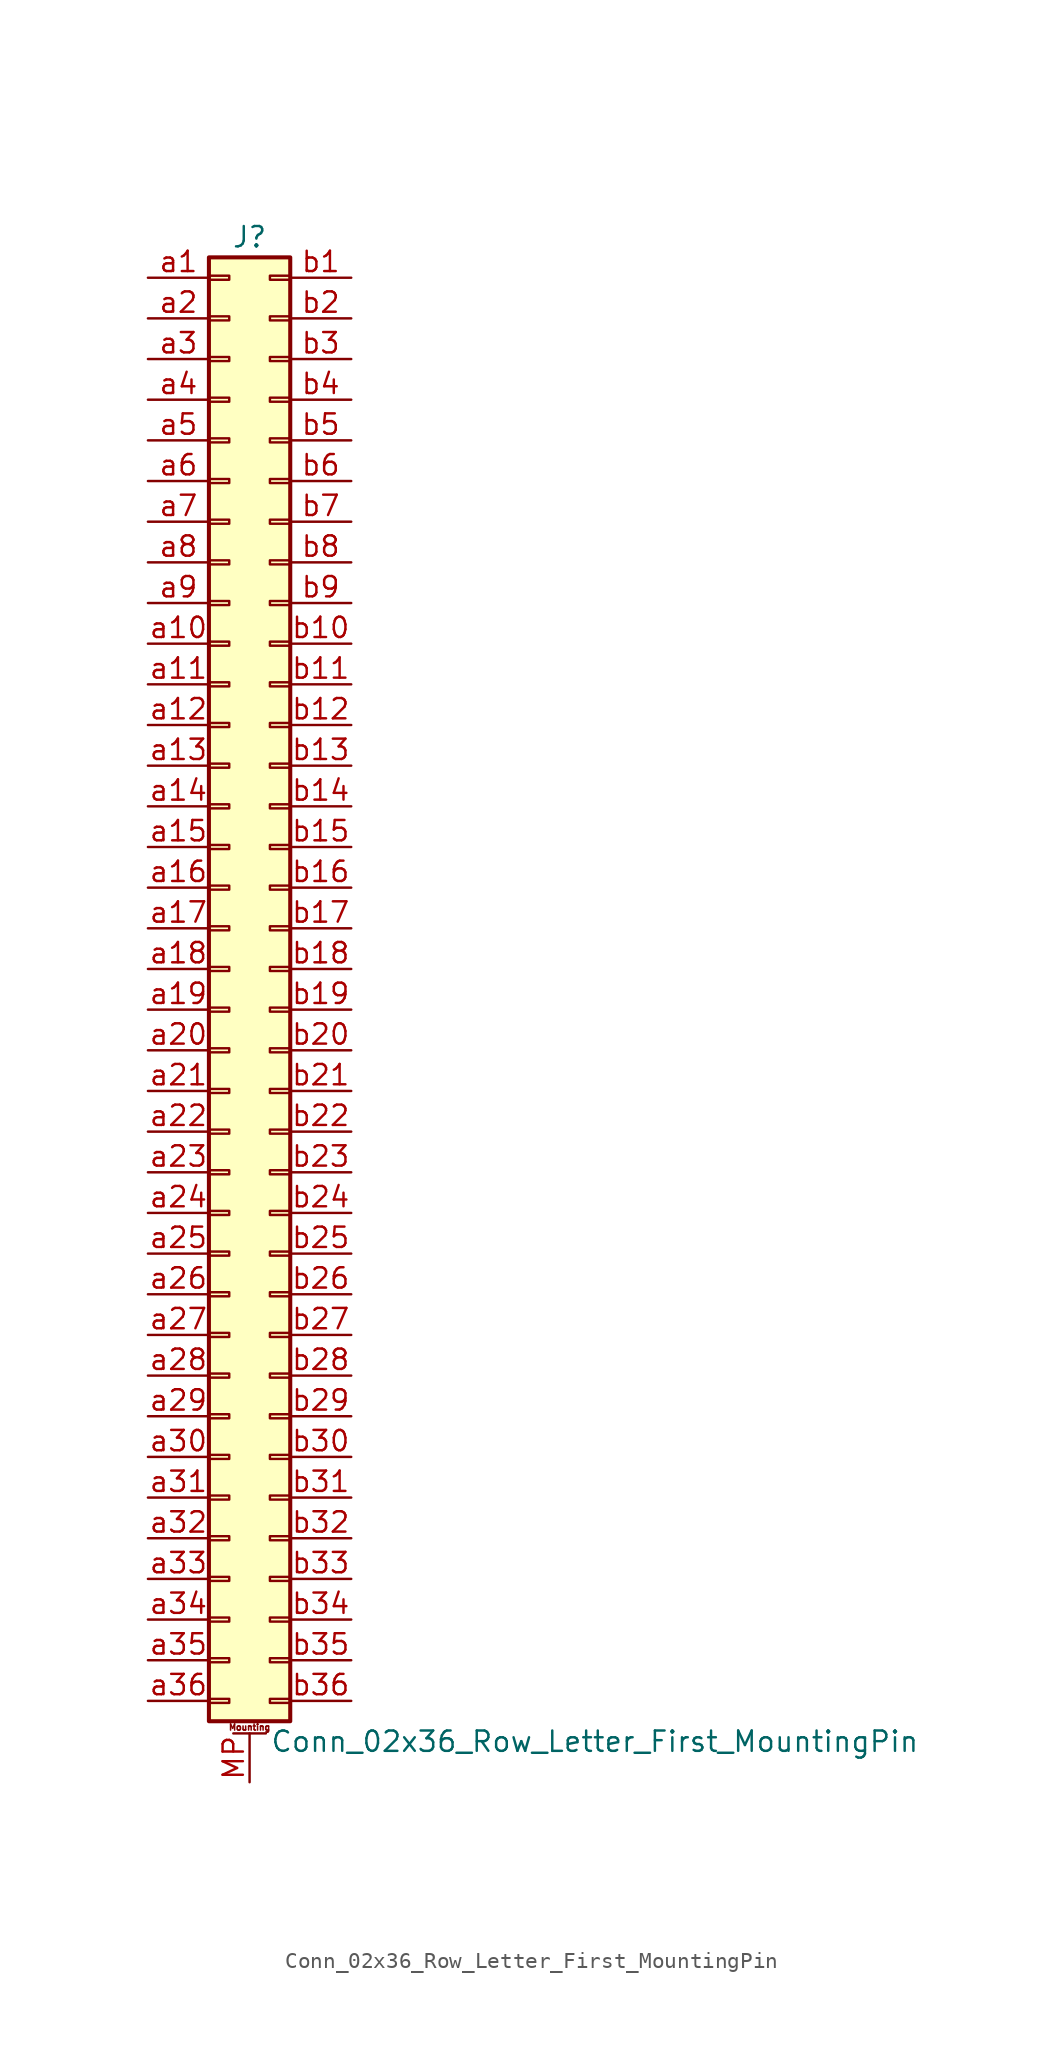
<source format=kicad_sym>
(kicad_symbol_lib
  (version 20211014)
  (generator kicad_symbol_editor)
  (symbol "Conn_02x36_Row_Letter_First_MountingPin"
    (pin_names
      (offset 1.016) hide)
    (property "Reference" "J"
      (at 1.27 45.72 0)
      (effects (font (size 1.27 1.27))))
    (property "Value" "Conn_02x36_Row_Letter_First_MountingPin"
      (at 2.54 -48.26 0)
      (effects (font (size 1.27 1.27)) (justify left)))
    (symbol "Conn_02x36_Row_Letter_First_MountingPin_1_1"
      (rectangle (start -1.27 -45.593) (end 0 -45.847) (stroke (width 0.152) (type default) (color 0 0 0 0)) (fill (type none)))
      (rectangle (start -1.27 -43.053) (end 0 -43.307) (stroke (width 0.152) (type default) (color 0 0 0 0)) (fill (type none)))
      (rectangle (start -1.27 -40.513) (end 0 -40.767) (stroke (width 0.152) (type default) (color 0 0 0 0)) (fill (type none)))
      (rectangle (start -1.27 -37.973) (end 0 -38.227) (stroke (width 0.152) (type default) (color 0 0 0 0)) (fill (type none)))
      (rectangle (start -1.27 -35.433) (end 0 -35.687) (stroke (width 0.152) (type default) (color 0 0 0 0)) (fill (type none)))
      (rectangle (start -1.27 -32.893) (end 0 -33.147) (stroke (width 0.152) (type default) (color 0 0 0 0)) (fill (type none)))
      (rectangle (start -1.27 -30.353) (end 0 -30.607) (stroke (width 0.152) (type default) (color 0 0 0 0)) (fill (type none)))
      (rectangle (start -1.27 -27.813) (end 0 -28.067) (stroke (width 0.152) (type default) (color 0 0 0 0)) (fill (type none)))
      (rectangle (start -1.27 -25.273) (end 0 -25.527) (stroke (width 0.152) (type default) (color 0 0 0 0)) (fill (type none)))
      (rectangle (start -1.27 -22.733) (end 0 -22.987) (stroke (width 0.152) (type default) (color 0 0 0 0)) (fill (type none)))
      (rectangle (start -1.27 -20.193) (end 0 -20.447) (stroke (width 0.152) (type default) (color 0 0 0 0)) (fill (type none)))
      (rectangle (start -1.27 -17.653) (end 0 -17.907) (stroke (width 0.152) (type default) (color 0 0 0 0)) (fill (type none)))
      (rectangle (start -1.27 -15.113) (end 0 -15.367) (stroke (width 0.152) (type default) (color 0 0 0 0)) (fill (type none)))
      (rectangle (start -1.27 -12.573) (end 0 -12.827) (stroke (width 0.152) (type default) (color 0 0 0 0)) (fill (type none)))
      (rectangle (start -1.27 -10.033) (end 0 -10.287) (stroke (width 0.152) (type default) (color 0 0 0 0)) (fill (type none)))
      (rectangle (start -1.27 -7.493) (end 0 -7.747) (stroke (width 0.152) (type default) (color 0 0 0 0)) (fill (type none)))
      (rectangle (start -1.27 -4.953) (end 0 -5.207) (stroke (width 0.152) (type default) (color 0 0 0 0)) (fill (type none)))
      (rectangle (start -1.27 -2.413) (end 0 -2.667) (stroke (width 0.152) (type default) (color 0 0 0 0)) (fill (type none)))
      (rectangle (start -1.27 0.127) (end 0 -0.127) (stroke (width 0.152) (type default) (color 0 0 0 0)) (fill (type none)))
      (rectangle (start -1.27 2.667) (end 0 2.413) (stroke (width 0.152) (type default) (color 0 0 0 0)) (fill (type none)))
      (rectangle (start -1.27 5.207) (end 0 4.953) (stroke (width 0.152) (type default) (color 0 0 0 0)) (fill (type none)))
      (rectangle (start -1.27 7.747) (end 0 7.493) (stroke (width 0.152) (type default) (color 0 0 0 0)) (fill (type none)))
      (rectangle (start -1.27 10.287) (end 0 10.033) (stroke (width 0.152) (type default) (color 0 0 0 0)) (fill (type none)))
      (rectangle (start -1.27 12.827) (end 0 12.573) (stroke (width 0.152) (type default) (color 0 0 0 0)) (fill (type none)))
      (rectangle (start -1.27 15.367) (end 0 15.113) (stroke (width 0.152) (type default) (color 0 0 0 0)) (fill (type none)))
      (rectangle (start -1.27 17.907) (end 0 17.653) (stroke (width 0.152) (type default) (color 0 0 0 0)) (fill (type none)))
      (rectangle (start -1.27 20.447) (end 0 20.193) (stroke (width 0.152) (type default) (color 0 0 0 0)) (fill (type none)))
      (rectangle (start -1.27 22.987) (end 0 22.733) (stroke (width 0.152) (type default) (color 0 0 0 0)) (fill (type none)))
      (rectangle (start -1.27 25.527) (end 0 25.273) (stroke (width 0.152) (type default) (color 0 0 0 0)) (fill (type none)))
      (rectangle (start -1.27 28.067) (end 0 27.813) (stroke (width 0.152) (type default) (color 0 0 0 0)) (fill (type none)))
      (rectangle (start -1.27 30.607) (end 0 30.353) (stroke (width 0.152) (type default) (color 0 0 0 0)) (fill (type none)))
      (rectangle (start -1.27 33.147) (end 0 32.893) (stroke (width 0.152) (type default) (color 0 0 0 0)) (fill (type none)))
      (rectangle (start -1.27 35.687) (end 0 35.433) (stroke (width 0.152) (type default) (color 0 0 0 0)) (fill (type none)))
      (rectangle (start -1.27 38.227) (end 0 37.973) (stroke (width 0.152) (type default) (color 0 0 0 0)) (fill (type none)))
      (rectangle (start -1.27 40.767) (end 0 40.513) (stroke (width 0.152) (type default) (color 0 0 0 0)) (fill (type none)))
      (rectangle (start -1.27 43.307) (end 0 43.053) (stroke (width 0.152) (type default) (color 0 0 0 0)) (fill (type none)))
      (rectangle (start -1.27 44.45) (end 3.81 -46.99) (stroke (width 0.254) (type default) (color 0 0 0 0)) (fill (type background)))
      (polyline (pts (xy 0.254 -47.752) (xy 2.286 -47.752)) (stroke (width 0.152) (type default) (color 0 0 0 0)) (fill (type none)))
      (rectangle (start 3.81 -45.593) (end 2.54 -45.847) (stroke (width 0.152) (type default) (color 0 0 0 0)) (fill (type none)))
      (rectangle (start 3.81 -43.053) (end 2.54 -43.307) (stroke (width 0.152) (type default) (color 0 0 0 0)) (fill (type none)))
      (rectangle (start 3.81 -40.513) (end 2.54 -40.767) (stroke (width 0.152) (type default) (color 0 0 0 0)) (fill (type none)))
      (rectangle (start 3.81 -37.973) (end 2.54 -38.227) (stroke (width 0.152) (type default) (color 0 0 0 0)) (fill (type none)))
      (rectangle (start 3.81 -35.433) (end 2.54 -35.687) (stroke (width 0.152) (type default) (color 0 0 0 0)) (fill (type none)))
      (rectangle (start 3.81 -32.893) (end 2.54 -33.147) (stroke (width 0.152) (type default) (color 0 0 0 0)) (fill (type none)))
      (rectangle (start 3.81 -30.353) (end 2.54 -30.607) (stroke (width 0.152) (type default) (color 0 0 0 0)) (fill (type none)))
      (rectangle (start 3.81 -27.813) (end 2.54 -28.067) (stroke (width 0.152) (type default) (color 0 0 0 0)) (fill (type none)))
      (rectangle (start 3.81 -25.273) (end 2.54 -25.527) (stroke (width 0.152) (type default) (color 0 0 0 0)) (fill (type none)))
      (rectangle (start 3.81 -22.733) (end 2.54 -22.987) (stroke (width 0.152) (type default) (color 0 0 0 0)) (fill (type none)))
      (rectangle (start 3.81 -20.193) (end 2.54 -20.447) (stroke (width 0.152) (type default) (color 0 0 0 0)) (fill (type none)))
      (rectangle (start 3.81 -17.653) (end 2.54 -17.907) (stroke (width 0.152) (type default) (color 0 0 0 0)) (fill (type none)))
      (rectangle (start 3.81 -15.113) (end 2.54 -15.367) (stroke (width 0.152) (type default) (color 0 0 0 0)) (fill (type none)))
      (rectangle (start 3.81 -12.573) (end 2.54 -12.827) (stroke (width 0.152) (type default) (color 0 0 0 0)) (fill (type none)))
      (rectangle (start 3.81 -10.033) (end 2.54 -10.287) (stroke (width 0.152) (type default) (color 0 0 0 0)) (fill (type none)))
      (rectangle (start 3.81 -7.493) (end 2.54 -7.747) (stroke (width 0.152) (type default) (color 0 0 0 0)) (fill (type none)))
      (rectangle (start 3.81 -4.953) (end 2.54 -5.207) (stroke (width 0.152) (type default) (color 0 0 0 0)) (fill (type none)))
      (rectangle (start 3.81 -2.413) (end 2.54 -2.667) (stroke (width 0.152) (type default) (color 0 0 0 0)) (fill (type none)))
      (rectangle (start 3.81 0.127) (end 2.54 -0.127) (stroke (width 0.152) (type default) (color 0 0 0 0)) (fill (type none)))
      (rectangle (start 3.81 2.667) (end 2.54 2.413) (stroke (width 0.152) (type default) (color 0 0 0 0)) (fill (type none)))
      (rectangle (start 3.81 5.207) (end 2.54 4.953) (stroke (width 0.152) (type default) (color 0 0 0 0)) (fill (type none)))
      (rectangle (start 3.81 7.747) (end 2.54 7.493) (stroke (width 0.152) (type default) (color 0 0 0 0)) (fill (type none)))
      (rectangle (start 3.81 10.287) (end 2.54 10.033) (stroke (width 0.152) (type default) (color 0 0 0 0)) (fill (type none)))
      (rectangle (start 3.81 12.827) (end 2.54 12.573) (stroke (width 0.152) (type default) (color 0 0 0 0)) (fill (type none)))
      (rectangle (start 3.81 15.367) (end 2.54 15.113) (stroke (width 0.152) (type default) (color 0 0 0 0)) (fill (type none)))
      (rectangle (start 3.81 17.907) (end 2.54 17.653) (stroke (width 0.152) (type default) (color 0 0 0 0)) (fill (type none)))
      (rectangle (start 3.81 20.447) (end 2.54 20.193) (stroke (width 0.152) (type default) (color 0 0 0 0)) (fill (type none)))
      (rectangle (start 3.81 22.987) (end 2.54 22.733) (stroke (width 0.152) (type default) (color 0 0 0 0)) (fill (type none)))
      (rectangle (start 3.81 25.527) (end 2.54 25.273) (stroke (width 0.152) (type default) (color 0 0 0 0)) (fill (type none)))
      (rectangle (start 3.81 28.067) (end 2.54 27.813) (stroke (width 0.152) (type default) (color 0 0 0 0)) (fill (type none)))
      (rectangle (start 3.81 30.607) (end 2.54 30.353) (stroke (width 0.152) (type default) (color 0 0 0 0)) (fill (type none)))
      (rectangle (start 3.81 33.147) (end 2.54 32.893) (stroke (width 0.152) (type default) (color 0 0 0 0)) (fill (type none)))
      (rectangle (start 3.81 35.687) (end 2.54 35.433) (stroke (width 0.152) (type default) (color 0 0 0 0)) (fill (type none)))
      (rectangle (start 3.81 38.227) (end 2.54 37.973) (stroke (width 0.152) (type default) (color 0 0 0 0)) (fill (type none)))
      (rectangle (start 3.81 40.767) (end 2.54 40.513) (stroke (width 0.152) (type default) (color 0 0 0 0)) (fill (type none)))
      (rectangle (start 3.81 43.307) (end 2.54 43.053) (stroke (width 0.152) (type default) (color 0 0 0 0)) (fill (type none)))
      (text "Mounting" (at 1.27 -47.371 0) (effects (font (size 0.381 0.381))))
      (pin passive line (at 1.27 -50.8 90) (length 3.048) (name "MountPin" (effects (font (size 1.27 1.27)))) (number "MP" (effects (font (size 1.27 1.27)))))
      (pin passive line (at -5.08 43.18 0) (length 3.81) (name "Pin_a1" (effects (font (size 1.27 1.27)))) (number "a1" (effects (font (size 1.27 1.27)))))
      (pin passive line (at -5.08 20.32 0) (length 3.81) (name "Pin_a10" (effects (font (size 1.27 1.27)))) (number "a10" (effects (font (size 1.27 1.27)))))
      (pin passive line (at -5.08 17.78 0) (length 3.81) (name "Pin_a11" (effects (font (size 1.27 1.27)))) (number "a11" (effects (font (size 1.27 1.27)))))
      (pin passive line (at -5.08 15.24 0) (length 3.81) (name "Pin_a12" (effects (font (size 1.27 1.27)))) (number "a12" (effects (font (size 1.27 1.27)))))
      (pin passive line (at -5.08 12.7 0) (length 3.81) (name "Pin_a13" (effects (font (size 1.27 1.27)))) (number "a13" (effects (font (size 1.27 1.27)))))
      (pin passive line (at -5.08 10.16 0) (length 3.81) (name "Pin_a14" (effects (font (size 1.27 1.27)))) (number "a14" (effects (font (size 1.27 1.27)))))
      (pin passive line (at -5.08 7.62 0) (length 3.81) (name "Pin_a15" (effects (font (size 1.27 1.27)))) (number "a15" (effects (font (size 1.27 1.27)))))
      (pin passive line (at -5.08 5.08 0) (length 3.81) (name "Pin_a16" (effects (font (size 1.27 1.27)))) (number "a16" (effects (font (size 1.27 1.27)))))
      (pin passive line (at -5.08 2.54 0) (length 3.81) (name "Pin_a17" (effects (font (size 1.27 1.27)))) (number "a17" (effects (font (size 1.27 1.27)))))
      (pin passive line (at -5.08 0 0) (length 3.81) (name "Pin_a18" (effects (font (size 1.27 1.27)))) (number "a18" (effects (font (size 1.27 1.27)))))
      (pin passive line (at -5.08 -2.54 0) (length 3.81) (name "Pin_a19" (effects (font (size 1.27 1.27)))) (number "a19" (effects (font (size 1.27 1.27)))))
      (pin passive line (at -5.08 40.64 0) (length 3.81) (name "Pin_a2" (effects (font (size 1.27 1.27)))) (number "a2" (effects (font (size 1.27 1.27)))))
      (pin passive line (at -5.08 -5.08 0) (length 3.81) (name "Pin_a20" (effects (font (size 1.27 1.27)))) (number "a20" (effects (font (size 1.27 1.27)))))
      (pin passive line (at -5.08 -7.62 0) (length 3.81) (name "Pin_a21" (effects (font (size 1.27 1.27)))) (number "a21" (effects (font (size 1.27 1.27)))))
      (pin passive line (at -5.08 -10.16 0) (length 3.81) (name "Pin_a22" (effects (font (size 1.27 1.27)))) (number "a22" (effects (font (size 1.27 1.27)))))
      (pin passive line (at -5.08 -12.7 0) (length 3.81) (name "Pin_a23" (effects (font (size 1.27 1.27)))) (number "a23" (effects (font (size 1.27 1.27)))))
      (pin passive line (at -5.08 -15.24 0) (length 3.81) (name "Pin_a24" (effects (font (size 1.27 1.27)))) (number "a24" (effects (font (size 1.27 1.27)))))
      (pin passive line (at -5.08 -17.78 0) (length 3.81) (name "Pin_a25" (effects (font (size 1.27 1.27)))) (number "a25" (effects (font (size 1.27 1.27)))))
      (pin passive line (at -5.08 -20.32 0) (length 3.81) (name "Pin_a26" (effects (font (size 1.27 1.27)))) (number "a26" (effects (font (size 1.27 1.27)))))
      (pin passive line (at -5.08 -22.86 0) (length 3.81) (name "Pin_a27" (effects (font (size 1.27 1.27)))) (number "a27" (effects (font (size 1.27 1.27)))))
      (pin passive line (at -5.08 -25.4 0) (length 3.81) (name "Pin_a28" (effects (font (size 1.27 1.27)))) (number "a28" (effects (font (size 1.27 1.27)))))
      (pin passive line (at -5.08 -27.94 0) (length 3.81) (name "Pin_a29" (effects (font (size 1.27 1.27)))) (number "a29" (effects (font (size 1.27 1.27)))))
      (pin passive line (at -5.08 38.1 0) (length 3.81) (name "Pin_a3" (effects (font (size 1.27 1.27)))) (number "a3" (effects (font (size 1.27 1.27)))))
      (pin passive line (at -5.08 -30.48 0) (length 3.81) (name "Pin_a30" (effects (font (size 1.27 1.27)))) (number "a30" (effects (font (size 1.27 1.27)))))
      (pin passive line (at -5.08 -33.02 0) (length 3.81) (name "Pin_a31" (effects (font (size 1.27 1.27)))) (number "a31" (effects (font (size 1.27 1.27)))))
      (pin passive line (at -5.08 -35.56 0) (length 3.81) (name "Pin_a32" (effects (font (size 1.27 1.27)))) (number "a32" (effects (font (size 1.27 1.27)))))
      (pin passive line (at -5.08 -38.1 0) (length 3.81) (name "Pin_a33" (effects (font (size 1.27 1.27)))) (number "a33" (effects (font (size 1.27 1.27)))))
      (pin passive line (at -5.08 -40.64 0) (length 3.81) (name "Pin_a34" (effects (font (size 1.27 1.27)))) (number "a34" (effects (font (size 1.27 1.27)))))
      (pin passive line (at -5.08 -43.18 0) (length 3.81) (name "Pin_a35" (effects (font (size 1.27 1.27)))) (number "a35" (effects (font (size 1.27 1.27)))))
      (pin passive line (at -5.08 -45.72 0) (length 3.81) (name "Pin_a36" (effects (font (size 1.27 1.27)))) (number "a36" (effects (font (size 1.27 1.27)))))
      (pin passive line (at -5.08 35.56 0) (length 3.81) (name "Pin_a4" (effects (font (size 1.27 1.27)))) (number "a4" (effects (font (size 1.27 1.27)))))
      (pin passive line (at -5.08 33.02 0) (length 3.81) (name "Pin_a5" (effects (font (size 1.27 1.27)))) (number "a5" (effects (font (size 1.27 1.27)))))
      (pin passive line (at -5.08 30.48 0) (length 3.81) (name "Pin_a6" (effects (font (size 1.27 1.27)))) (number "a6" (effects (font (size 1.27 1.27)))))
      (pin passive line (at -5.08 27.94 0) (length 3.81) (name "Pin_a7" (effects (font (size 1.27 1.27)))) (number "a7" (effects (font (size 1.27 1.27)))))
      (pin passive line (at -5.08 25.4 0) (length 3.81) (name "Pin_a8" (effects (font (size 1.27 1.27)))) (number "a8" (effects (font (size 1.27 1.27)))))
      (pin passive line (at -5.08 22.86 0) (length 3.81) (name "Pin_a9" (effects (font (size 1.27 1.27)))) (number "a9" (effects (font (size 1.27 1.27)))))
      (pin passive line (at 7.62 43.18 180) (length 3.81) (name "Pin_b1" (effects (font (size 1.27 1.27)))) (number "b1" (effects (font (size 1.27 1.27)))))
      (pin passive line (at 7.62 20.32 180) (length 3.81) (name "Pin_b10" (effects (font (size 1.27 1.27)))) (number "b10" (effects (font (size 1.27 1.27)))))
      (pin passive line (at 7.62 17.78 180) (length 3.81) (name "Pin_b11" (effects (font (size 1.27 1.27)))) (number "b11" (effects (font (size 1.27 1.27)))))
      (pin passive line (at 7.62 15.24 180) (length 3.81) (name "Pin_b12" (effects (font (size 1.27 1.27)))) (number "b12" (effects (font (size 1.27 1.27)))))
      (pin passive line (at 7.62 12.7 180) (length 3.81) (name "Pin_b13" (effects (font (size 1.27 1.27)))) (number "b13" (effects (font (size 1.27 1.27)))))
      (pin passive line (at 7.62 10.16 180) (length 3.81) (name "Pin_b14" (effects (font (size 1.27 1.27)))) (number "b14" (effects (font (size 1.27 1.27)))))
      (pin passive line (at 7.62 7.62 180) (length 3.81) (name "Pin_b15" (effects (font (size 1.27 1.27)))) (number "b15" (effects (font (size 1.27 1.27)))))
      (pin passive line (at 7.62 5.08 180) (length 3.81) (name "Pin_b16" (effects (font (size 1.27 1.27)))) (number "b16" (effects (font (size 1.27 1.27)))))
      (pin passive line (at 7.62 2.54 180) (length 3.81) (name "Pin_b17" (effects (font (size 1.27 1.27)))) (number "b17" (effects (font (size 1.27 1.27)))))
      (pin passive line (at 7.62 0 180) (length 3.81) (name "Pin_b18" (effects (font (size 1.27 1.27)))) (number "b18" (effects (font (size 1.27 1.27)))))
      (pin passive line (at 7.62 -2.54 180) (length 3.81) (name "Pin_b19" (effects (font (size 1.27 1.27)))) (number "b19" (effects (font (size 1.27 1.27)))))
      (pin passive line (at 7.62 40.64 180) (length 3.81) (name "Pin_b2" (effects (font (size 1.27 1.27)))) (number "b2" (effects (font (size 1.27 1.27)))))
      (pin passive line (at 7.62 -5.08 180) (length 3.81) (name "Pin_b20" (effects (font (size 1.27 1.27)))) (number "b20" (effects (font (size 1.27 1.27)))))
      (pin passive line (at 7.62 -7.62 180) (length 3.81) (name "Pin_b21" (effects (font (size 1.27 1.27)))) (number "b21" (effects (font (size 1.27 1.27)))))
      (pin passive line (at 7.62 -10.16 180) (length 3.81) (name "Pin_b22" (effects (font (size 1.27 1.27)))) (number "b22" (effects (font (size 1.27 1.27)))))
      (pin passive line (at 7.62 -12.7 180) (length 3.81) (name "Pin_b23" (effects (font (size 1.27 1.27)))) (number "b23" (effects (font (size 1.27 1.27)))))
      (pin passive line (at 7.62 -15.24 180) (length 3.81) (name "Pin_b24" (effects (font (size 1.27 1.27)))) (number "b24" (effects (font (size 1.27 1.27)))))
      (pin passive line (at 7.62 -17.78 180) (length 3.81) (name "Pin_b25" (effects (font (size 1.27 1.27)))) (number "b25" (effects (font (size 1.27 1.27)))))
      (pin passive line (at 7.62 -20.32 180) (length 3.81) (name "Pin_b26" (effects (font (size 1.27 1.27)))) (number "b26" (effects (font (size 1.27 1.27)))))
      (pin passive line (at 7.62 -22.86 180) (length 3.81) (name "Pin_b27" (effects (font (size 1.27 1.27)))) (number "b27" (effects (font (size 1.27 1.27)))))
      (pin passive line (at 7.62 -25.4 180) (length 3.81) (name "Pin_b28" (effects (font (size 1.27 1.27)))) (number "b28" (effects (font (size 1.27 1.27)))))
      (pin passive line (at 7.62 -27.94 180) (length 3.81) (name "Pin_b29" (effects (font (size 1.27 1.27)))) (number "b29" (effects (font (size 1.27 1.27)))))
      (pin passive line (at 7.62 38.1 180) (length 3.81) (name "Pin_b3" (effects (font (size 1.27 1.27)))) (number "b3" (effects (font (size 1.27 1.27)))))
      (pin passive line (at 7.62 -30.48 180) (length 3.81) (name "Pin_b30" (effects (font (size 1.27 1.27)))) (number "b30" (effects (font (size 1.27 1.27)))))
      (pin passive line (at 7.62 -33.02 180) (length 3.81) (name "Pin_b31" (effects (font (size 1.27 1.27)))) (number "b31" (effects (font (size 1.27 1.27)))))
      (pin passive line (at 7.62 -35.56 180) (length 3.81) (name "Pin_b32" (effects (font (size 1.27 1.27)))) (number "b32" (effects (font (size 1.27 1.27)))))
      (pin passive line (at 7.62 -38.1 180) (length 3.81) (name "Pin_b33" (effects (font (size 1.27 1.27)))) (number "b33" (effects (font (size 1.27 1.27)))))
      (pin passive line (at 7.62 -40.64 180) (length 3.81) (name "Pin_b34" (effects (font (size 1.27 1.27)))) (number "b34" (effects (font (size 1.27 1.27)))))
      (pin passive line (at 7.62 -43.18 180) (length 3.81) (name "Pin_b35" (effects (font (size 1.27 1.27)))) (number "b35" (effects (font (size 1.27 1.27)))))
      (pin passive line (at 7.62 -45.72 180) (length 3.81) (name "Pin_b36" (effects (font (size 1.27 1.27)))) (number "b36" (effects (font (size 1.27 1.27)))))
      (pin passive line (at 7.62 35.56 180) (length 3.81) (name "Pin_b4" (effects (font (size 1.27 1.27)))) (number "b4" (effects (font (size 1.27 1.27)))))
      (pin passive line (at 7.62 33.02 180) (length 3.81) (name "Pin_b5" (effects (font (size 1.27 1.27)))) (number "b5" (effects (font (size 1.27 1.27)))))
      (pin passive line (at 7.62 30.48 180) (length 3.81) (name "Pin_b6" (effects (font (size 1.27 1.27)))) (number "b6" (effects (font (size 1.27 1.27)))))
      (pin passive line (at 7.62 27.94 180) (length 3.81) (name "Pin_b7" (effects (font (size 1.27 1.27)))) (number "b7" (effects (font (size 1.27 1.27)))))
      (pin passive line (at 7.62 25.4 180) (length 3.81) (name "Pin_b8" (effects (font (size 1.27 1.27)))) (number "b8" (effects (font (size 1.27 1.27)))))
      (pin passive line (at 7.62 22.86 180) (length 3.81) (name "Pin_b9" (effects (font (size 1.27 1.27)))) (number "b9" (effects (font (size 1.27 1.27))))))))
</source>
